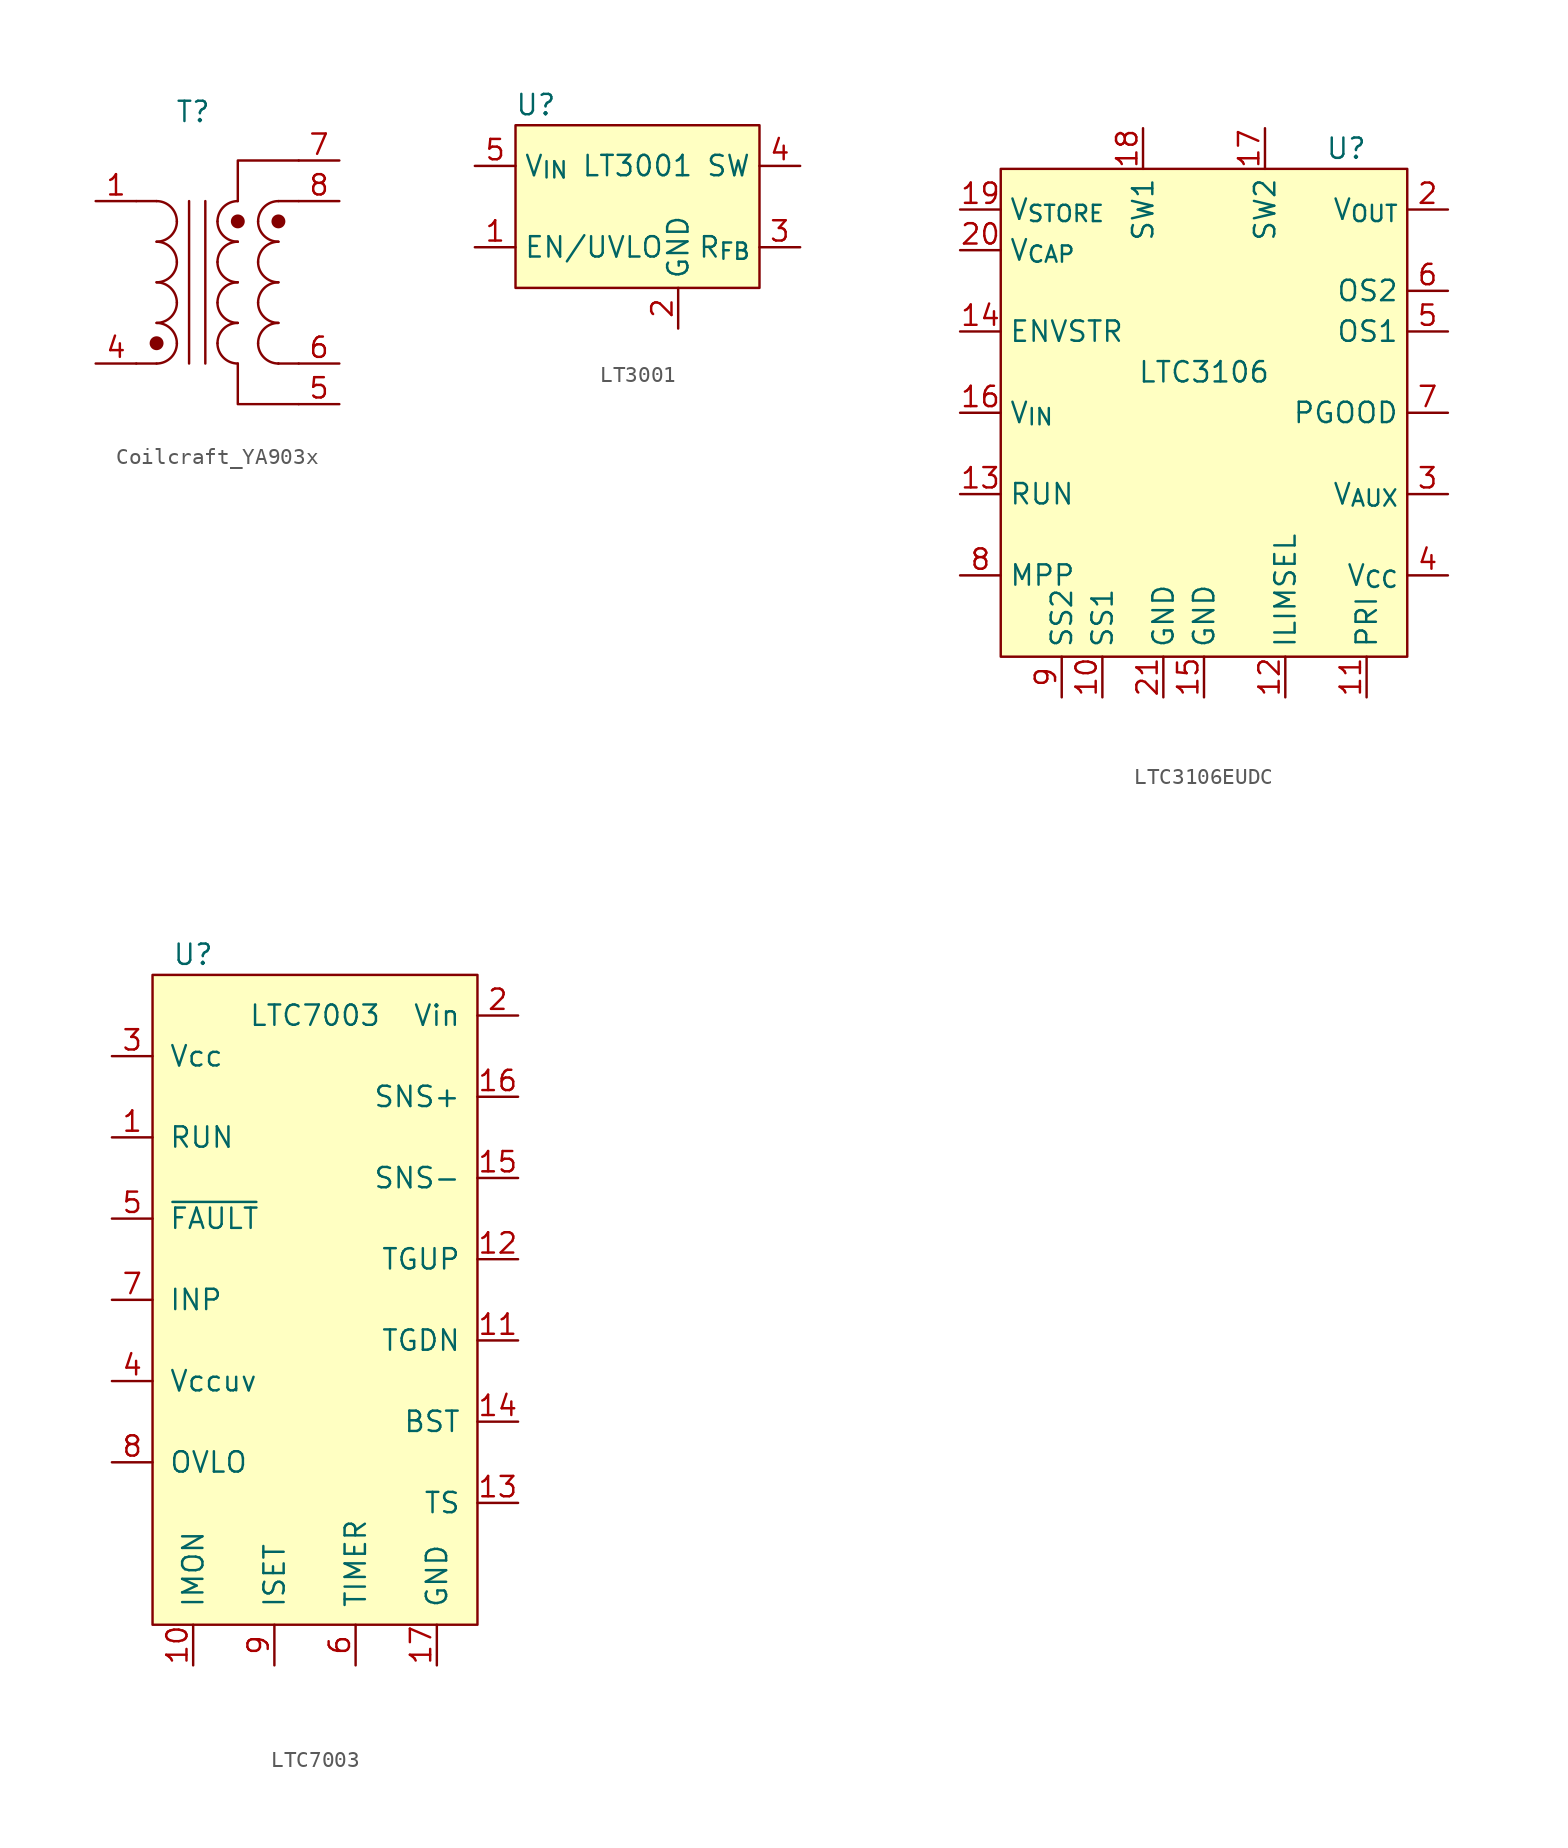
<source format=kicad_sym>
(kicad_symbol_lib
  (version 20241209)
  (generator "kicad_symbol_editor")
  (generator_version "9.0")
  (symbol "Coilcraft_YA903x"
    (property "Reference" "T"
      (at -0.254 10.668 0)
      (effects (font (size 1.27 1.27))))
    (property "Value" ""
      (at 0 0 0)
      (effects (font (size 1.27 1.27))))
    (symbol "Coilcraft_YA903x_0_1"
      (polyline (pts (xy -2.54 5.08) (xy -3.81 5.08)) (stroke (width 0) (type default)) (fill (type none)))
      (arc (start -2.54 5.08) (mid -1.642 4.708) (end -1.27 3.81) (stroke (width 0) (type default)) (fill (type none)))
      (arc (start -1.27 3.81) (mid -1.642 2.912) (end -2.54 2.54) (stroke (width 0) (type default)) (fill (type none)))
      (arc (start -2.54 2.54) (mid -1.642 2.168) (end -1.27 1.27) (stroke (width 0) (type default)) (fill (type none)))
      (arc (start -1.27 1.27) (mid -1.642 0.372) (end -2.54 0) (stroke (width 0) (type default)) (fill (type none)))
      (arc (start -2.54 0) (mid -1.642 -0.372) (end -1.27 -1.27) (stroke (width 0) (type default)) (fill (type none)))
      (arc (start -1.27 -1.27) (mid -1.642 -2.168) (end -2.54 -2.54) (stroke (width 0) (type default)) (fill (type none)))
      (arc (start -2.54 -2.54) (mid -1.642 -2.912) (end -1.27 -3.81) (stroke (width 0) (type default)) (fill (type none)))
      (arc (start -1.27 -3.81) (mid -1.642 -4.708) (end -2.54 -5.08) (stroke (width 0) (type default)) (fill (type none)))
      (polyline (pts (xy -2.54 -5.08) (xy -3.81 -5.08)) (stroke (width 0) (type default)) (fill (type none)))
      (polyline (pts (xy -0.508 5.08) (xy -0.508 -5.08)) (stroke (width 0) (type default)) (fill (type none)))
      (polyline (pts (xy 0.508 5.08) (xy 0.508 -5.08)) (stroke (width 0) (type default)) (fill (type none)))
      (polyline (pts (xy 2.54 5.08) (xy 2.54 7.62) (xy 6.35 7.62)) (stroke (width 0) (type default)) (fill (type none)))
      (arc (start 1.27 3.81) (mid 1.642 4.708) (end 2.54 5.08) (stroke (width 0) (type default)) (fill (type none)))
      (arc (start 2.54 2.54) (mid 1.642 2.912) (end 1.27 3.81) (stroke (width 0) (type default)) (fill (type none)))
      (arc (start 1.27 1.27) (mid 1.642 2.168) (end 2.54 2.54) (stroke (width 0) (type default)) (fill (type none)))
      (arc (start 2.54 0) (mid 1.642 0.372) (end 1.27 1.27) (stroke (width 0) (type default)) (fill (type none)))
      (arc (start 1.27 -1.27) (mid 1.642 -0.372) (end 2.54 0) (stroke (width 0) (type default)) (fill (type none)))
      (arc (start 2.54 -2.54) (mid 1.642 -2.168) (end 1.27 -1.27) (stroke (width 0) (type default)) (fill (type none)))
      (arc (start 1.27 -3.81) (mid 1.642 -2.912) (end 2.54 -2.54) (stroke (width 0) (type default)) (fill (type none)))
      (arc (start 2.54 -5.08) (mid 1.642 -4.708) (end 1.27 -3.81) (stroke (width 0) (type default)) (fill (type none)))
      (polyline (pts (xy 2.54 -5.08) (xy 2.54 -7.62) (xy 6.35 -7.62)) (stroke (width 0) (type default)) (fill (type none)))
      (polyline (pts (xy 5.08 5.08) (xy 6.35 5.08)) (stroke (width 0) (type default)) (fill (type none)))
      (arc (start 3.81 3.81) (mid 4.182 4.708) (end 5.08 5.08) (stroke (width 0) (type default)) (fill (type none)))
      (arc (start 5.08 2.54) (mid 4.182 2.912) (end 3.81 3.81) (stroke (width 0) (type default)) (fill (type none)))
      (arc (start 3.81 1.27) (mid 4.182 2.168) (end 5.08 2.54) (stroke (width 0) (type default)) (fill (type none)))
      (arc (start 5.08 0) (mid 4.182 0.372) (end 3.81 1.27) (stroke (width 0) (type default)) (fill (type none)))
      (arc (start 3.81 -1.27) (mid 4.182 -0.372) (end 5.08 0) (stroke (width 0) (type default)) (fill (type none)))
      (arc (start 5.08 -2.54) (mid 4.182 -2.168) (end 3.81 -1.27) (stroke (width 0) (type default)) (fill (type none)))
      (arc (start 3.81 -3.81) (mid 4.182 -2.912) (end 5.08 -2.54) (stroke (width 0) (type default)) (fill (type none)))
      (arc (start 5.08 -5.08) (mid 4.182 -4.708) (end 3.81 -3.81) (stroke (width 0) (type default)) (fill (type none)))
      (polyline (pts (xy 5.08 -5.08) (xy 5.08 -5.08)) (stroke (width 0) (type default)) (fill (type none)))
      (polyline (pts (xy 6.35 -5.08) (xy 5.08 -5.08)) (stroke (width 0) (type default)) (fill (type none))))
    (symbol "Coilcraft_YA903x_1_1"
      (circle (center -2.54 -3.81) (radius 0.359) (stroke (width 0) (type solid)) (fill (type outline)))
      (circle (center 2.54 3.81) (radius 0.359) (stroke (width 0) (type solid)) (fill (type outline)))
      (circle (center 5.08 3.81) (radius 0.359) (stroke (width 0) (type solid)) (fill (type outline)))
      (pin bidirectional line (at -6.35 5.08 0) (length 2.54) (name "" (effects (font (size 1.27 1.27)))) (number "1" (effects (font (size 1.27 1.27)))))
      (pin no_connect line (at -6.35 1.27 0) (length 2.54) (hide yes) (name "" (effects (font (size 1.27 1.27)))) (number "2" (effects (font (size 1.27 1.27)))))
      (pin no_connect line (at -6.35 -1.27 0) (length 2.54) (hide yes) (name "" (effects (font (size 1.27 1.27)))) (number "3" (effects (font (size 1.27 1.27)))))
      (pin bidirectional line (at -6.35 -5.08 0) (length 2.54) (name "" (effects (font (size 1.27 1.27)))) (number "4" (effects (font (size 1.27 1.27)))))
      (pin bidirectional line (at 8.89 7.62 180) (length 2.54) (name "" (effects (font (size 1.27 1.27)))) (number "7" (effects (font (size 1.27 1.27)))))
      (pin bidirectional line (at 8.89 5.08 180) (length 2.54) (name "" (effects (font (size 1.27 1.27)))) (number "8" (effects (font (size 1.27 1.27)))))
      (pin bidirectional line (at 8.89 -5.08 180) (length 2.54) (name "" (effects (font (size 1.27 1.27)))) (number "6" (effects (font (size 1.27 1.27)))))
      (pin bidirectional line (at 8.89 -7.62 180) (length 2.54) (name "" (effects (font (size 1.27 1.27)))) (number "5" (effects (font (size 1.27 1.27)))))))
  (symbol "LT3001"
    (property "Reference" "U"
      (at -6.35 6.35 0)
      (effects (font (size 1.27 1.27))))
    (property "Value" "LT3001"
      (at 0 2.54 0)
      (effects (font (size 1.27 1.27))))
    (symbol "LT3001_1_1"
      (rectangle (start -7.62 5.08) (end 7.62 -5.08) (stroke (width 0) (type default)) (fill (type background)))
      (pin power_in line (at -10.16 2.54 0) (length 2.54) (name "V_{IN}" (effects (font (size 1.27 1.27)))) (number "5" (effects (font (size 1.27 1.27)))))
      (pin input line (at -10.16 -2.54 0) (length 2.54) (name "EN/UVLO" (effects (font (size 1.27 1.27)))) (number "1" (effects (font (size 1.27 1.27)))))
      (pin bidirectional line (at 2.54 -7.62 90) (length 2.54) (name "GND" (effects (font (size 1.27 1.27)))) (number "2" (effects (font (size 1.27 1.27)))))
      (pin power_in line (at 10.16 2.54 180) (length 2.54) (name "SW" (effects (font (size 1.27 1.27)))) (number "4" (effects (font (size 1.27 1.27)))))
      (pin input line (at 10.16 -2.54 180) (length 2.54) (name "R_{FB}" (effects (font (size 1.27 1.27)))) (number "3" (effects (font (size 1.27 1.27)))))))
  (symbol "LTC3106EUDC"
    (property "Reference" "U"
      (at 8.89 16.51 0)
      (effects (font (size 1.27 1.27))))
    (property "Value" "LTC3106"
      (at 0 2.54 0)
      (effects (font (size 1.27 1.27))))
    (symbol "LTC3106EUDC_1_1"
      (rectangle (start -12.7 15.24) (end 12.7 -15.24) (stroke (width 0) (type default)) (fill (type background)))
      (pin bidirectional line (at -15.24 12.7 0) (length 2.54) (name "V_{STORE}" (effects (font (size 1.27 1.27)))) (number "19" (effects (font (size 1.27 1.27)))))
      (pin bidirectional line (at -15.24 10.16 0) (length 2.54) (name "V_{CAP}" (effects (font (size 1.27 1.27)))) (number "20" (effects (font (size 1.27 1.27)))))
      (pin input line (at -15.24 5.08 0) (length 2.54) (name "ENVSTR" (effects (font (size 1.27 1.27)))) (number "14" (effects (font (size 1.27 1.27)))))
      (pin power_in line (at -15.24 0 0) (length 2.54) (name "V_{IN}" (effects (font (size 1.27 1.27)))) (number "16" (effects (font (size 1.27 1.27)))))
      (pin input line (at -15.24 -5.08 0) (length 2.54) (name "RUN" (effects (font (size 1.27 1.27)))) (number "13" (effects (font (size 1.27 1.27)))))
      (pin bidirectional line (at -15.24 -10.16 0) (length 2.54) (name "MPP" (effects (font (size 1.27 1.27)))) (number "8" (effects (font (size 1.27 1.27)))))
      (pin input line (at -8.89 -17.78 90) (length 2.54) (name "SS2" (effects (font (size 1.27 1.27)))) (number "9" (effects (font (size 1.27 1.27)))))
      (pin input line (at -6.35 -17.78 90) (length 2.54) (name "SS1" (effects (font (size 1.27 1.27)))) (number "10" (effects (font (size 1.27 1.27)))))
      (pin power_out line (at -3.81 17.78 270) (length 2.54) (name "SW1" (effects (font (size 1.27 1.27)))) (number "18" (effects (font (size 1.27 1.27)))))
      (pin passive line (at -2.54 -17.78 90) (length 2.54) (name "GND" (effects (font (size 1.27 1.27)))) (number "21" (effects (font (size 1.27 1.27)))))
      (pin passive line (at 0 -17.78 90) (length 2.54) (name "GND" (effects (font (size 1.27 1.27)))) (number "15" (effects (font (size 1.27 1.27)))))
      (pin no_connect line (at 2.54 -17.78 90) (length 2.54) (hide yes) (name "NC" (effects (font (size 1.27 1.27)))) (number "1" (effects (font (size 1.27 1.27)))))
      (pin power_out line (at 3.81 17.78 270) (length 2.54) (name "SW2" (effects (font (size 1.27 1.27)))) (number "17" (effects (font (size 1.27 1.27)))))
      (pin input line (at 5.08 -17.78 90) (length 2.54) (name "ILIMSEL" (effects (font (size 1.27 1.27)))) (number "12" (effects (font (size 1.27 1.27)))))
      (pin input line (at 10.16 -17.78 90) (length 2.54) (name "PRI" (effects (font (size 1.27 1.27)))) (number "11" (effects (font (size 1.27 1.27)))))
      (pin power_out line (at 15.24 12.7 180) (length 2.54) (name "V_{OUT}" (effects (font (size 1.27 1.27)))) (number "2" (effects (font (size 1.27 1.27)))))
      (pin input line (at 15.24 7.62 180) (length 2.54) (name "OS2" (effects (font (size 1.27 1.27)))) (number "6" (effects (font (size 1.27 1.27)))))
      (pin input line (at 15.24 5.08 180) (length 2.54) (name "OS1" (effects (font (size 1.27 1.27)))) (number "5" (effects (font (size 1.27 1.27)))))
      (pin open_collector line (at 15.24 0 180) (length 2.54) (name "PGOOD" (effects (font (size 1.27 1.27)))) (number "7" (effects (font (size 1.27 1.27)))))
      (pin bidirectional line (at 15.24 -5.08 180) (length 2.54) (name "V_{AUX}" (effects (font (size 1.27 1.27)))) (number "3" (effects (font (size 1.27 1.27)))))
      (pin bidirectional line (at 15.24 -10.16 180) (length 2.54) (name "V_{CC}" (effects (font (size 1.27 1.27)))) (number "4" (effects (font (size 1.27 1.27)))))))
  (symbol "LTC7003"
    (pin_names
      (offset 1.016))
    (property "Reference" "U"
      (at -7.62 21.59 0)
      (effects (font (size 1.27 1.27))))
    (property "Value" "LTC7003"
      (at 0 17.78 0)
      (effects (font (size 1.27 1.27))))
    (symbol "LTC7003_0_1"
      (rectangle (start -10.16 20.32) (end 10.16 -20.32) (stroke (width 0) (type default)) (fill (type background))))
    (symbol "LTC7003_1_1"
      (pin power_in line (at -12.7 15.24 0) (length 2.54) (name "Vcc" (effects (font (size 1.27 1.27)))) (number "3" (effects (font (size 1.27 1.27)))))
      (pin input line (at -12.7 10.16 0) (length 2.54) (name "RUN" (effects (font (size 1.27 1.27)))) (number "1" (effects (font (size 1.27 1.27)))))
      (pin open_collector line (at -12.7 5.08 0) (length 2.54) (name "~{FAULT}" (effects (font (size 1.27 1.27)))) (number "5" (effects (font (size 1.27 1.27)))))
      (pin bidirectional line (at -12.7 0 0) (length 2.54) (name "INP" (effects (font (size 1.27 1.27)))) (number "7" (effects (font (size 1.27 1.27)))))
      (pin bidirectional line (at -12.7 -5.08 0) (length 2.54) (name "Vccuv" (effects (font (size 1.27 1.27)))) (number "4" (effects (font (size 1.27 1.27)))))
      (pin bidirectional line (at -12.7 -10.16 0) (length 2.54) (name "OVLO" (effects (font (size 1.27 1.27)))) (number "8" (effects (font (size 1.27 1.27)))))
      (pin bidirectional line (at -7.62 -22.86 90) (length 2.54) (name "IMON" (effects (font (size 1.27 1.27)))) (number "10" (effects (font (size 1.27 1.27)))))
      (pin output line (at -2.54 -22.86 90) (length 2.54) (name "ISET" (effects (font (size 1.27 1.27)))) (number "9" (effects (font (size 1.27 1.27)))))
      (pin bidirectional line (at 2.54 -22.86 90) (length 2.54) (name "TIMER" (effects (font (size 1.27 1.27)))) (number "6" (effects (font (size 1.27 1.27)))))
      (pin bidirectional line (at 7.62 -22.86 90) (length 2.54) (name "GND" (effects (font (size 1.27 1.27)))) (number "17" (effects (font (size 1.27 1.27)))))
      (pin power_in line (at 12.7 17.78 180) (length 2.54) (name "Vin" (effects (font (size 1.27 1.27)))) (number "2" (effects (font (size 1.27 1.27)))))
      (pin input line (at 12.7 12.7 180) (length 2.54) (name "SNS+" (effects (font (size 1.27 1.27)))) (number "16" (effects (font (size 1.27 1.27)))))
      (pin input line (at 12.7 7.62 180) (length 2.54) (name "SNS-" (effects (font (size 1.27 1.27)))) (number "15" (effects (font (size 1.27 1.27)))))
      (pin output line (at 12.7 2.54 180) (length 2.54) (name "TGUP" (effects (font (size 1.27 1.27)))) (number "12" (effects (font (size 1.27 1.27)))))
      (pin output line (at 12.7 -2.54 180) (length 2.54) (name "TGDN" (effects (font (size 1.27 1.27)))) (number "11" (effects (font (size 1.27 1.27)))))
      (pin power_in line (at 12.7 -7.62 180) (length 2.54) (name "BST" (effects (font (size 1.27 1.27)))) (number "14" (effects (font (size 1.27 1.27)))))
      (pin power_in line (at 12.7 -12.7 180) (length 2.54) (name "TS" (effects (font (size 1.27 1.27)))) (number "13" (effects (font (size 1.27 1.27))))))))
</source>
